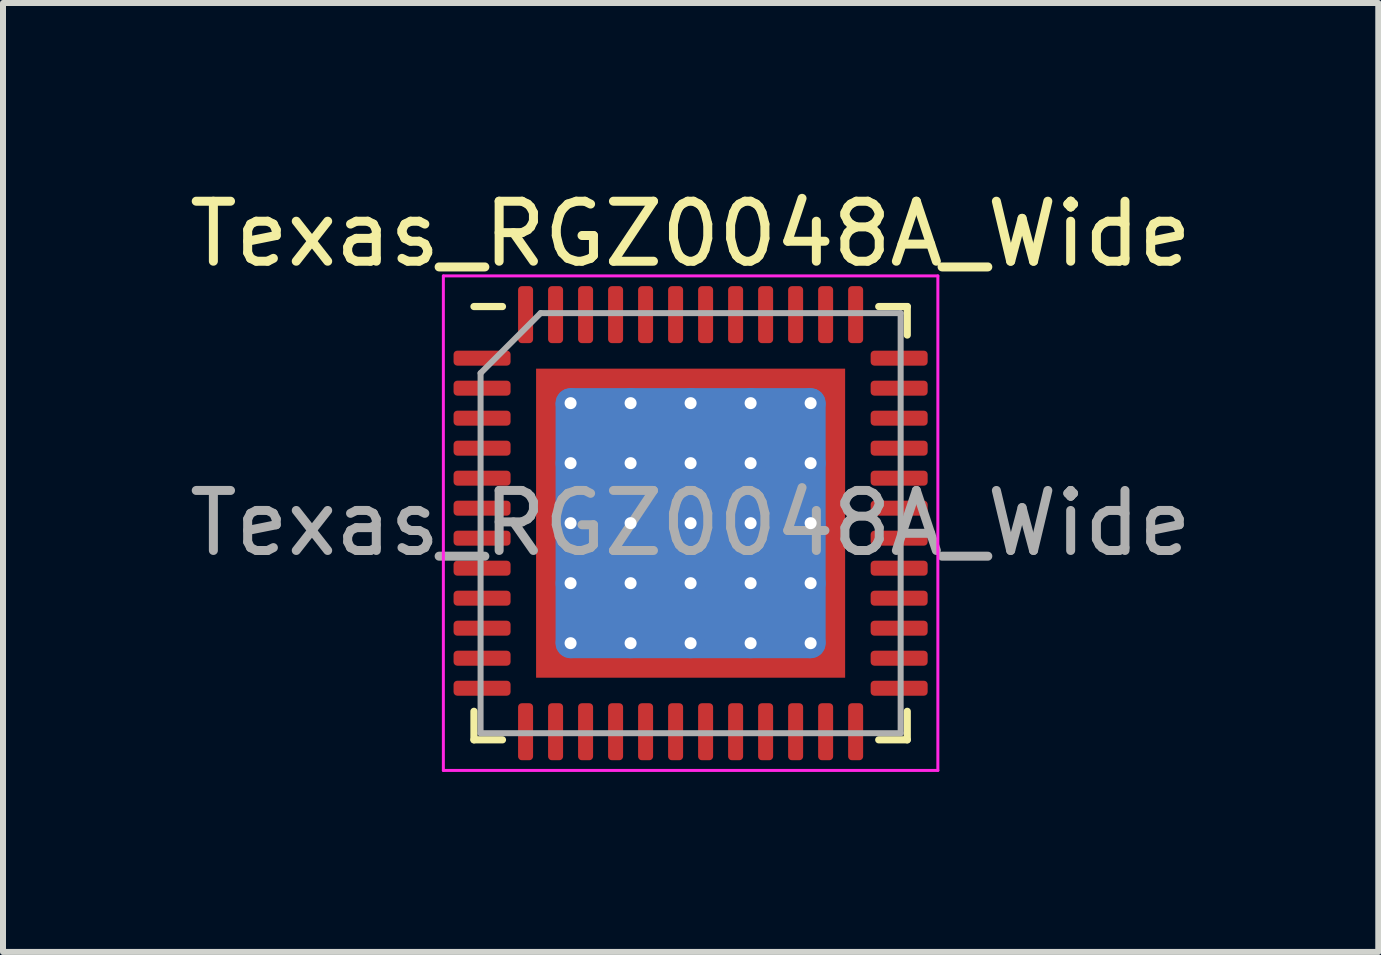
<source format=kicad_pcb>
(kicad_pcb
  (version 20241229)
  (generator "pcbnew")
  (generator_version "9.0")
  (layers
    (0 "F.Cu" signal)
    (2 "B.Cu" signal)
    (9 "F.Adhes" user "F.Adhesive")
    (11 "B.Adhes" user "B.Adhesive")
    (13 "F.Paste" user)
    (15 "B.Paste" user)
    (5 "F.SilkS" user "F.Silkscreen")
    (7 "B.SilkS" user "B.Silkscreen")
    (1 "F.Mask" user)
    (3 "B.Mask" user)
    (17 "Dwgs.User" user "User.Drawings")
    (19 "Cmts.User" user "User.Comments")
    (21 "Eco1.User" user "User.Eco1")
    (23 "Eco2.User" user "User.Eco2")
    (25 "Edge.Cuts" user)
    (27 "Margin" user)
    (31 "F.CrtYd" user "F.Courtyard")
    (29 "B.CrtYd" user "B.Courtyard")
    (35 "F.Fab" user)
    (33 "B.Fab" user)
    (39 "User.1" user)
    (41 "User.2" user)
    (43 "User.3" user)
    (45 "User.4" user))
  (footprint "Texas_RGZ0048A_Wide"
    (layer "F.Cu")
    (at 8.458 5.668)
    (property "Reference" "Texas_RGZ0048A_Wide" (at 0 -4.82 0) (layer "F.SilkS") (effects (font (size 1 1) (thickness 0.15))))
    (attr smd)
    (fp_line (start -3.61 3.61) (end -3.61 3.135) (stroke (width 0.12) (type solid)) (layer "F.SilkS"))
    (fp_line (start -3.135 -3.61) (end -3.61 -3.61) (stroke (width 0.12) (type solid)) (layer "F.SilkS"))
    (fp_line (start -3.135 3.61) (end -3.61 3.61) (stroke (width 0.12) (type solid)) (layer "F.SilkS"))
    (fp_line (start 3.135 -3.61) (end 3.61 -3.61) (stroke (width 0.12) (type solid)) (layer "F.SilkS"))
    (fp_line (start 3.135 3.61) (end 3.61 3.61) (stroke (width 0.12) (type solid)) (layer "F.SilkS"))
    (fp_line (start 3.61 -3.61) (end 3.61 -3.135) (stroke (width 0.12) (type solid)) (layer "F.SilkS"))
    (fp_line (start 3.61 3.61) (end 3.61 3.135) (stroke (width 0.12) (type solid)) (layer "F.SilkS"))
    (fp_line (start -4.12 -4.12) (end -4.12 4.12) (stroke (width 0.05) (type solid)) (layer "F.CrtYd"))
    (fp_line (start -4.12 4.12) (end 4.12 4.12) (stroke (width 0.05) (type solid)) (layer "F.CrtYd"))
    (fp_line (start 4.12 -4.12) (end -4.12 -4.12) (stroke (width 0.05) (type solid)) (layer "F.CrtYd"))
    (fp_line (start 4.12 4.12) (end 4.12 -4.12) (stroke (width 0.05) (type solid)) (layer "F.CrtYd"))
    (fp_line (start -3.5 -2.5) (end -2.5 -3.5) (stroke (width 0.1) (type solid)) (layer "F.Fab"))
    (fp_line (start -3.5 3.5) (end -3.5 -2.5) (stroke (width 0.1) (type solid)) (layer "F.Fab"))
    (fp_line (start -2.5 -3.5) (end 3.5 -3.5) (stroke (width 0.1) (type solid)) (layer "F.Fab"))
    (fp_line (start 3.5 -3.5) (end 3.5 3.5) (stroke (width 0.1) (type solid)) (layer "F.Fab"))
    (fp_line (start 3.5 3.5) (end -3.5 3.5) (stroke (width 0.1) (type solid)) (layer "F.Fab"))
    (fp_text user "${REFERENCE}" (at 0 0 0) (layer "F.Fab") (effects (font (size 1 1) (thickness 0.15))))
    (pad "" smd custom (at -2.288 -2.288) (size 0.342 0.342) (layers "F.Paste") (options (anchor circle)) (primitives (gr_poly (pts (xy -0.116 -0.116) (xy 0.116 -0.116) (xy 0.116 0.012) (xy 0.012 0.116) (xy -0.116 0.116)) (width 0.232) (fill yes))))
    (pad "" smd custom (at -2.288 -1.5) (size 0.371 0.371) (layers "F.Paste") (options (anchor circle)) (primitives (gr_poly (pts (xy -0.14 -0.311) (xy 0.063 -0.311) (xy 0.14 -0.235) (xy 0.14 0.235) (xy 0.063 0.311) (xy -0.14 0.311)) (width 0.184) (fill yes))))
    (pad "" smd custom (at -2.288 -0.5) (size 0.371 0.371) (layers "F.Paste") (options (anchor circle)) (primitives (gr_poly (pts (xy -0.14 -0.311) (xy 0.063 -0.311) (xy 0.14 -0.235) (xy 0.14 0.235) (xy 0.063 0.311) (xy -0.14 0.311)) (width 0.184) (fill yes))))
    (pad "" smd custom (at -2.288 0.5) (size 0.371 0.371) (layers "F.Paste") (options (anchor circle)) (primitives (gr_poly (pts (xy -0.14 -0.311) (xy 0.063 -0.311) (xy 0.14 -0.235) (xy 0.14 0.235) (xy 0.063 0.311) (xy -0.14 0.311)) (width 0.184) (fill yes))))
    (pad "" smd custom (at -2.288 1.5) (size 0.371 0.371) (layers "F.Paste") (options (anchor circle)) (primitives (gr_poly (pts (xy -0.14 -0.311) (xy 0.063 -0.311) (xy 0.14 -0.235) (xy 0.14 0.235) (xy 0.063 0.311) (xy -0.14 0.311)) (width 0.184) (fill yes))))
    (pad "" smd custom (at -2.288 2.288) (size 0.342 0.342) (layers "F.Paste") (options (anchor circle)) (primitives (gr_poly (pts (xy -0.116 -0.116) (xy 0.012 -0.116) (xy 0.116 -0.012) (xy 0.116 0.116) (xy -0.116 0.116)) (width 0.232) (fill yes))))
    (pad "" smd custom (at -1.5 -2.288) (size 0.371 0.371) (layers "F.Paste") (options (anchor circle)) (primitives (gr_poly (pts (xy -0.311 -0.14) (xy 0.311 -0.14) (xy 0.311 0.063) (xy 0.235 0.14) (xy -0.235 0.14) (xy -0.311 0.063)) (width 0.184) (fill yes))))
    (pad "" smd roundrect (at -1.5 -1.5) (size 0.806 0.806) (layers "F.Paste") (roundrect_rratio 0.25))
    (pad "" smd roundrect (at -1.5 -0.5) (size 0.806 0.806) (layers "F.Paste") (roundrect_rratio 0.25))
    (pad "" smd roundrect (at -1.5 0.5) (size 0.806 0.806) (layers "F.Paste") (roundrect_rratio 0.25))
    (pad "" smd roundrect (at -1.5 1.5) (size 0.806 0.806) (layers "F.Paste") (roundrect_rratio 0.25))
    (pad "" smd custom (at -1.5 2.288) (size 0.371 0.371) (layers "F.Paste") (options (anchor circle)) (primitives (gr_poly (pts (xy -0.311 -0.063) (xy -0.235 -0.14) (xy 0.235 -0.14) (xy 0.311 -0.063) (xy 0.311 0.14) (xy -0.311 0.14)) (width 0.184) (fill yes))))
    (pad "" smd custom (at -0.5 -2.288) (size 0.371 0.371) (layers "F.Paste") (options (anchor circle)) (primitives (gr_poly (pts (xy -0.311 -0.14) (xy 0.311 -0.14) (xy 0.311 0.063) (xy 0.235 0.14) (xy -0.235 0.14) (xy -0.311 0.063)) (width 0.184) (fill yes))))
    (pad "" smd roundrect (at -0.5 -1.5) (size 0.806 0.806) (layers "F.Paste") (roundrect_rratio 0.25))
    (pad "" smd roundrect (at -0.5 -0.5) (size 0.806 0.806) (layers "F.Paste") (roundrect_rratio 0.25))
    (pad "" smd roundrect (at -0.5 0.5) (size 0.806 0.806) (layers "F.Paste") (roundrect_rratio 0.25))
    (pad "" smd roundrect (at -0.5 1.5) (size 0.806 0.806) (layers "F.Paste") (roundrect_rratio 0.25))
    (pad "" smd custom (at -0.5 2.288) (size 0.371 0.371) (layers "F.Paste") (options (anchor circle)) (primitives (gr_poly (pts (xy -0.311 -0.063) (xy -0.235 -0.14) (xy 0.235 -0.14) (xy 0.311 -0.063) (xy 0.311 0.14) (xy -0.311 0.14)) (width 0.184) (fill yes))))
    (pad "" smd custom (at 0.5 -2.288) (size 0.371 0.371) (layers "F.Paste") (options (anchor circle)) (primitives (gr_poly (pts (xy -0.311 -0.14) (xy 0.311 -0.14) (xy 0.311 0.063) (xy 0.235 0.14) (xy -0.235 0.14) (xy -0.311 0.063)) (width 0.184) (fill yes))))
    (pad "" smd roundrect (at 0.5 -1.5) (size 0.806 0.806) (layers "F.Paste") (roundrect_rratio 0.25))
    (pad "" smd roundrect (at 0.5 -0.5) (size 0.806 0.806) (layers "F.Paste") (roundrect_rratio 0.25))
    (pad "" smd roundrect (at 0.5 0.5) (size 0.806 0.806) (layers "F.Paste") (roundrect_rratio 0.25))
    (pad "" smd roundrect (at 0.5 1.5) (size 0.806 0.806) (layers "F.Paste") (roundrect_rratio 0.25))
    (pad "" smd custom (at 0.5 2.288) (size 0.371 0.371) (layers "F.Paste") (options (anchor circle)) (primitives (gr_poly (pts (xy -0.311 -0.063) (xy -0.235 -0.14) (xy 0.235 -0.14) (xy 0.311 -0.063) (xy 0.311 0.14) (xy -0.311 0.14)) (width 0.184) (fill yes))))
    (pad "" smd custom (at 1.5 -2.288) (size 0.371 0.371) (layers "F.Paste") (options (anchor circle)) (primitives (gr_poly (pts (xy -0.311 -0.14) (xy 0.311 -0.14) (xy 0.311 0.063) (xy 0.235 0.14) (xy -0.235 0.14) (xy -0.311 0.063)) (width 0.184) (fill yes))))
    (pad "" smd roundrect (at 1.5 -1.5) (size 0.806 0.806) (layers "F.Paste") (roundrect_rratio 0.25))
    (pad "" smd roundrect (at 1.5 -0.5) (size 0.806 0.806) (layers "F.Paste") (roundrect_rratio 0.25))
    (pad "" smd roundrect (at 1.5 0.5) (size 0.806 0.806) (layers "F.Paste") (roundrect_rratio 0.25))
    (pad "" smd roundrect (at 1.5 1.5) (size 0.806 0.806) (layers "F.Paste") (roundrect_rratio 0.25))
    (pad "" smd custom (at 1.5 2.288) (size 0.371 0.371) (layers "F.Paste") (options (anchor circle)) (primitives (gr_poly (pts (xy -0.311 -0.063) (xy -0.235 -0.14) (xy 0.235 -0.14) (xy 0.311 -0.063) (xy 0.311 0.14) (xy -0.311 0.14)) (width 0.184) (fill yes))))
    (pad "" smd custom (at 2.288 -2.288) (size 0.342 0.342) (layers "F.Paste") (options (anchor circle)) (primitives (gr_poly (pts (xy -0.116 -0.116) (xy 0.116 -0.116) (xy 0.116 0.116) (xy -0.012 0.116) (xy -0.116 0.012)) (width 0.232) (fill yes))))
    (pad "" smd custom (at 2.288 -1.5) (size 0.371 0.371) (layers "F.Paste") (options (anchor circle)) (primitives (gr_poly (pts (xy -0.14 -0.235) (xy -0.063 -0.311) (xy 0.14 -0.311) (xy 0.14 0.311) (xy -0.063 0.311) (xy -0.14 0.235)) (width 0.184) (fill yes))))
    (pad "" smd custom (at 2.288 -0.5) (size 0.371 0.371) (layers "F.Paste") (options (anchor circle)) (primitives (gr_poly (pts (xy -0.14 -0.235) (xy -0.063 -0.311) (xy 0.14 -0.311) (xy 0.14 0.311) (xy -0.063 0.311) (xy -0.14 0.235)) (width 0.184) (fill yes))))
    (pad "" smd custom (at 2.288 0.5) (size 0.371 0.371) (layers "F.Paste") (options (anchor circle)) (primitives (gr_poly (pts (xy -0.14 -0.235) (xy -0.063 -0.311) (xy 0.14 -0.311) (xy 0.14 0.311) (xy -0.063 0.311) (xy -0.14 0.235)) (width 0.184) (fill yes))))
    (pad "" smd custom (at 2.288 1.5) (size 0.371 0.371) (layers "F.Paste") (options (anchor circle)) (primitives (gr_poly (pts (xy -0.14 -0.235) (xy -0.063 -0.311) (xy 0.14 -0.311) (xy 0.14 0.311) (xy -0.063 0.311) (xy -0.14 0.235)) (width 0.184) (fill yes))))
    (pad "" smd custom (at 2.288 2.288) (size 0.342 0.342) (layers "F.Paste") (options (anchor circle)) (primitives (gr_poly (pts (xy -0.116 -0.012) (xy -0.012 -0.116) (xy 0.116 -0.116) (xy 0.116 0.116) (xy -0.116 0.116)) (width 0.232) (fill yes))))
    (pad "1" smd roundrect (at -3.475 -2.75) (size 0.95 0.25) (layers "F.Cu" "F.Mask" "F.Paste") (roundrect_rratio 0.25))
    (pad "2" smd roundrect (at -3.475 -2.25) (size 0.95 0.25) (layers "F.Cu" "F.Mask" "F.Paste") (roundrect_rratio 0.25))
    (pad "3" smd roundrect (at -3.475 -1.75) (size 0.95 0.25) (layers "F.Cu" "F.Mask" "F.Paste") (roundrect_rratio 0.25))
    (pad "4" smd roundrect (at -3.475 -1.25) (size 0.95 0.25) (layers "F.Cu" "F.Mask" "F.Paste") (roundrect_rratio 0.25))
    (pad "5" smd roundrect (at -3.475 -0.75) (size 0.95 0.25) (layers "F.Cu" "F.Mask" "F.Paste") (roundrect_rratio 0.25))
    (pad "6" smd roundrect (at -3.475 -0.25) (size 0.95 0.25) (layers "F.Cu" "F.Mask" "F.Paste") (roundrect_rratio 0.25))
    (pad "7" smd roundrect (at -3.475 0.25) (size 0.95 0.25) (layers "F.Cu" "F.Mask" "F.Paste") (roundrect_rratio 0.25))
    (pad "8" smd roundrect (at -3.475 0.75) (size 0.95 0.25) (layers "F.Cu" "F.Mask" "F.Paste") (roundrect_rratio 0.25))
    (pad "9" smd roundrect (at -3.475 1.25) (size 0.95 0.25) (layers "F.Cu" "F.Mask" "F.Paste") (roundrect_rratio 0.25))
    (pad "10" smd roundrect (at -3.475 1.75) (size 0.95 0.25) (layers "F.Cu" "F.Mask" "F.Paste") (roundrect_rratio 0.25))
    (pad "11" smd roundrect (at -3.475 2.25) (size 0.95 0.25) (layers "F.Cu" "F.Mask" "F.Paste") (roundrect_rratio 0.25))
    (pad "12" smd roundrect (at -3.475 2.75) (size 0.95 0.25) (layers "F.Cu" "F.Mask" "F.Paste") (roundrect_rratio 0.25))
    (pad "13" smd roundrect (at -2.75 3.475) (size 0.25 0.95) (layers "F.Cu" "F.Mask" "F.Paste") (roundrect_rratio 0.25))
    (pad "14" smd roundrect (at -2.25 3.475) (size 0.25 0.95) (layers "F.Cu" "F.Mask" "F.Paste") (roundrect_rratio 0.25))
    (pad "15" smd roundrect (at -1.75 3.475) (size 0.25 0.95) (layers "F.Cu" "F.Mask" "F.Paste") (roundrect_rratio 0.25))
    (pad "16" smd roundrect (at -1.25 3.475) (size 0.25 0.95) (layers "F.Cu" "F.Mask" "F.Paste") (roundrect_rratio 0.25))
    (pad "17" smd roundrect (at -0.75 3.475) (size 0.25 0.95) (layers "F.Cu" "F.Mask" "F.Paste") (roundrect_rratio 0.25))
    (pad "18" smd roundrect (at -0.25 3.475) (size 0.25 0.95) (layers "F.Cu" "F.Mask" "F.Paste") (roundrect_rratio 0.25))
    (pad "19" smd roundrect (at 0.25 3.475) (size 0.25 0.95) (layers "F.Cu" "F.Mask" "F.Paste") (roundrect_rratio 0.25))
    (pad "20" smd roundrect (at 0.75 3.475) (size 0.25 0.95) (layers "F.Cu" "F.Mask" "F.Paste") (roundrect_rratio 0.25))
    (pad "21" smd roundrect (at 1.25 3.475) (size 0.25 0.95) (layers "F.Cu" "F.Mask" "F.Paste") (roundrect_rratio 0.25))
    (pad "22" smd roundrect (at 1.75 3.475) (size 0.25 0.95) (layers "F.Cu" "F.Mask" "F.Paste") (roundrect_rratio 0.25))
    (pad "23" smd roundrect (at 2.25 3.475) (size 0.25 0.95) (layers "F.Cu" "F.Mask" "F.Paste") (roundrect_rratio 0.25))
    (pad "24" smd roundrect (at 2.75 3.475) (size 0.25 0.95) (layers "F.Cu" "F.Mask" "F.Paste") (roundrect_rratio 0.25))
    (pad "25" smd roundrect (at 3.475 2.75) (size 0.95 0.25) (layers "F.Cu" "F.Mask" "F.Paste") (roundrect_rratio 0.25))
    (pad "26" smd roundrect (at 3.475 2.25) (size 0.95 0.25) (layers "F.Cu" "F.Mask" "F.Paste") (roundrect_rratio 0.25))
    (pad "27" smd roundrect (at 3.475 1.75) (size 0.95 0.25) (layers "F.Cu" "F.Mask" "F.Paste") (roundrect_rratio 0.25))
    (pad "28" smd roundrect (at 3.475 1.25) (size 0.95 0.25) (layers "F.Cu" "F.Mask" "F.Paste") (roundrect_rratio 0.25))
    (pad "29" smd roundrect (at 3.475 0.75) (size 0.95 0.25) (layers "F.Cu" "F.Mask" "F.Paste") (roundrect_rratio 0.25))
    (pad "30" smd roundrect (at 3.475 0.25) (size 0.95 0.25) (layers "F.Cu" "F.Mask" "F.Paste") (roundrect_rratio 0.25))
    (pad "31" smd roundrect (at 3.475 -0.25) (size 0.95 0.25) (layers "F.Cu" "F.Mask" "F.Paste") (roundrect_rratio 0.25))
    (pad "32" smd roundrect (at 3.475 -0.75) (size 0.95 0.25) (layers "F.Cu" "F.Mask" "F.Paste") (roundrect_rratio 0.25))
    (pad "33" smd roundrect (at 3.475 -1.25) (size 0.95 0.25) (layers "F.Cu" "F.Mask" "F.Paste") (roundrect_rratio 0.25))
    (pad "34" smd roundrect (at 3.475 -1.75) (size 0.95 0.25) (layers "F.Cu" "F.Mask" "F.Paste") (roundrect_rratio 0.25))
    (pad "35" smd roundrect (at 3.475 -2.25) (size 0.95 0.25) (layers "F.Cu" "F.Mask" "F.Paste") (roundrect_rratio 0.25))
    (pad "36" smd roundrect (at 3.475 -2.75) (size 0.95 0.25) (layers "F.Cu" "F.Mask" "F.Paste") (roundrect_rratio 0.25))
    (pad "37" smd roundrect (at 2.75 -3.475) (size 0.25 0.95) (layers "F.Cu" "F.Mask" "F.Paste") (roundrect_rratio 0.25))
    (pad "38" smd roundrect (at 2.25 -3.475) (size 0.25 0.95) (layers "F.Cu" "F.Mask" "F.Paste") (roundrect_rratio 0.25))
    (pad "39" smd roundrect (at 1.75 -3.475) (size 0.25 0.95) (layers "F.Cu" "F.Mask" "F.Paste") (roundrect_rratio 0.25))
    (pad "40" smd roundrect (at 1.25 -3.475) (size 0.25 0.95) (layers "F.Cu" "F.Mask" "F.Paste") (roundrect_rratio 0.25))
    (pad "41" smd roundrect (at 0.75 -3.475) (size 0.25 0.95) (layers "F.Cu" "F.Mask" "F.Paste") (roundrect_rratio 0.25))
    (pad "42" smd roundrect (at 0.25 -3.475) (size 0.25 0.95) (layers "F.Cu" "F.Mask" "F.Paste") (roundrect_rratio 0.25))
    (pad "43" smd roundrect (at -0.25 -3.475) (size 0.25 0.95) (layers "F.Cu" "F.Mask" "F.Paste") (roundrect_rratio 0.25))
    (pad "44" smd roundrect (at -0.75 -3.475) (size 0.25 0.95) (layers "F.Cu" "F.Mask" "F.Paste") (roundrect_rratio 0.25))
    (pad "45" smd roundrect (at -1.25 -3.475) (size 0.25 0.95) (layers "F.Cu" "F.Mask" "F.Paste") (roundrect_rratio 0.25))
    (pad "46" smd roundrect (at -1.75 -3.475) (size 0.25 0.95) (layers "F.Cu" "F.Mask" "F.Paste") (roundrect_rratio 0.25))
    (pad "47" smd roundrect (at -2.25 -3.475) (size 0.25 0.95) (layers "F.Cu" "F.Mask" "F.Paste") (roundrect_rratio 0.25))
    (pad "48" smd roundrect (at -2.75 -3.475) (size 0.25 0.95) (layers "F.Cu" "F.Mask" "F.Paste") (roundrect_rratio 0.25))
    (pad "49" thru_hole circle (at -2 -2) (size 0.5 0.5) (drill 0.2) (layers "*.Cu"))
    (pad "49" thru_hole circle (at -2 -1) (size 0.5 0.5) (drill 0.2) (layers "*.Cu"))
    (pad "49" thru_hole circle (at -2 0) (size 0.5 0.5) (drill 0.2) (layers "*.Cu"))
    (pad "49" thru_hole circle (at -2 1) (size 0.5 0.5) (drill 0.2) (layers "*.Cu"))
    (pad "49" thru_hole circle (at -2 2) (size 0.5 0.5) (drill 0.2) (layers "*.Cu"))
    (pad "49" thru_hole circle (at -1 -2) (size 0.5 0.5) (drill 0.2) (layers "*.Cu"))
    (pad "49" thru_hole circle (at -1 -1) (size 0.5 0.5) (drill 0.2) (layers "*.Cu"))
    (pad "49" thru_hole circle (at -1 0) (size 0.5 0.5) (drill 0.2) (layers "*.Cu"))
    (pad "49" thru_hole circle (at -1 1) (size 0.5 0.5) (drill 0.2) (layers "*.Cu"))
    (pad "49" thru_hole circle (at -1 2) (size 0.5 0.5) (drill 0.2) (layers "*.Cu"))
    (pad "49" thru_hole circle (at 0 -2) (size 0.5 0.5) (drill 0.2) (layers "*.Cu"))
    (pad "49" thru_hole circle (at 0 -1) (size 0.5 0.5) (drill 0.2) (layers "*.Cu"))
    (pad "49" thru_hole circle (at 0 0) (size 0.5 0.5) (drill 0.2) (layers "*.Cu"))
    (pad "49" smd roundrect (at 0 0) (size 4.5 4.5) (layers "B.Cu") (roundrect_rratio 0.056))
    (pad "49" smd rect (at 0 0) (size 5.15 5.15) (layers "F.Cu" "F.Mask"))
    (pad "49" thru_hole circle (at 0 1) (size 0.5 0.5) (drill 0.2) (layers "*.Cu"))
    (pad "49" thru_hole circle (at 0 2) (size 0.5 0.5) (drill 0.2) (layers "*.Cu"))
    (pad "49" thru_hole circle (at 1 -2) (size 0.5 0.5) (drill 0.2) (layers "*.Cu"))
    (pad "49" thru_hole circle (at 1 -1) (size 0.5 0.5) (drill 0.2) (layers "*.Cu"))
    (pad "49" thru_hole circle (at 1 0) (size 0.5 0.5) (drill 0.2) (layers "*.Cu"))
    (pad "49" thru_hole circle (at 1 1) (size 0.5 0.5) (drill 0.2) (layers "*.Cu"))
    (pad "49" thru_hole circle (at 1 2) (size 0.5 0.5) (drill 0.2) (layers "*.Cu"))
    (pad "49" thru_hole circle (at 2 -2) (size 0.5 0.5) (drill 0.2) (layers "*.Cu"))
    (pad "49" thru_hole circle (at 2 -1) (size 0.5 0.5) (drill 0.2) (layers "*.Cu"))
    (pad "49" thru_hole circle (at 2 0) (size 0.5 0.5) (drill 0.2) (layers "*.Cu"))
    (pad "49" thru_hole circle (at 2 1) (size 0.5 0.5) (drill 0.2) (layers "*.Cu"))
    (pad "49" thru_hole circle (at 2 2) (size 0.5 0.5) (drill 0.2) (layers "*.Cu")))
  (gr_rect
    (start -3 -3)
    (end 19.917 12.813)
    (stroke (width 0.1) (type default))
    (fill no)
    (layer "Edge.Cuts")))
</source>
